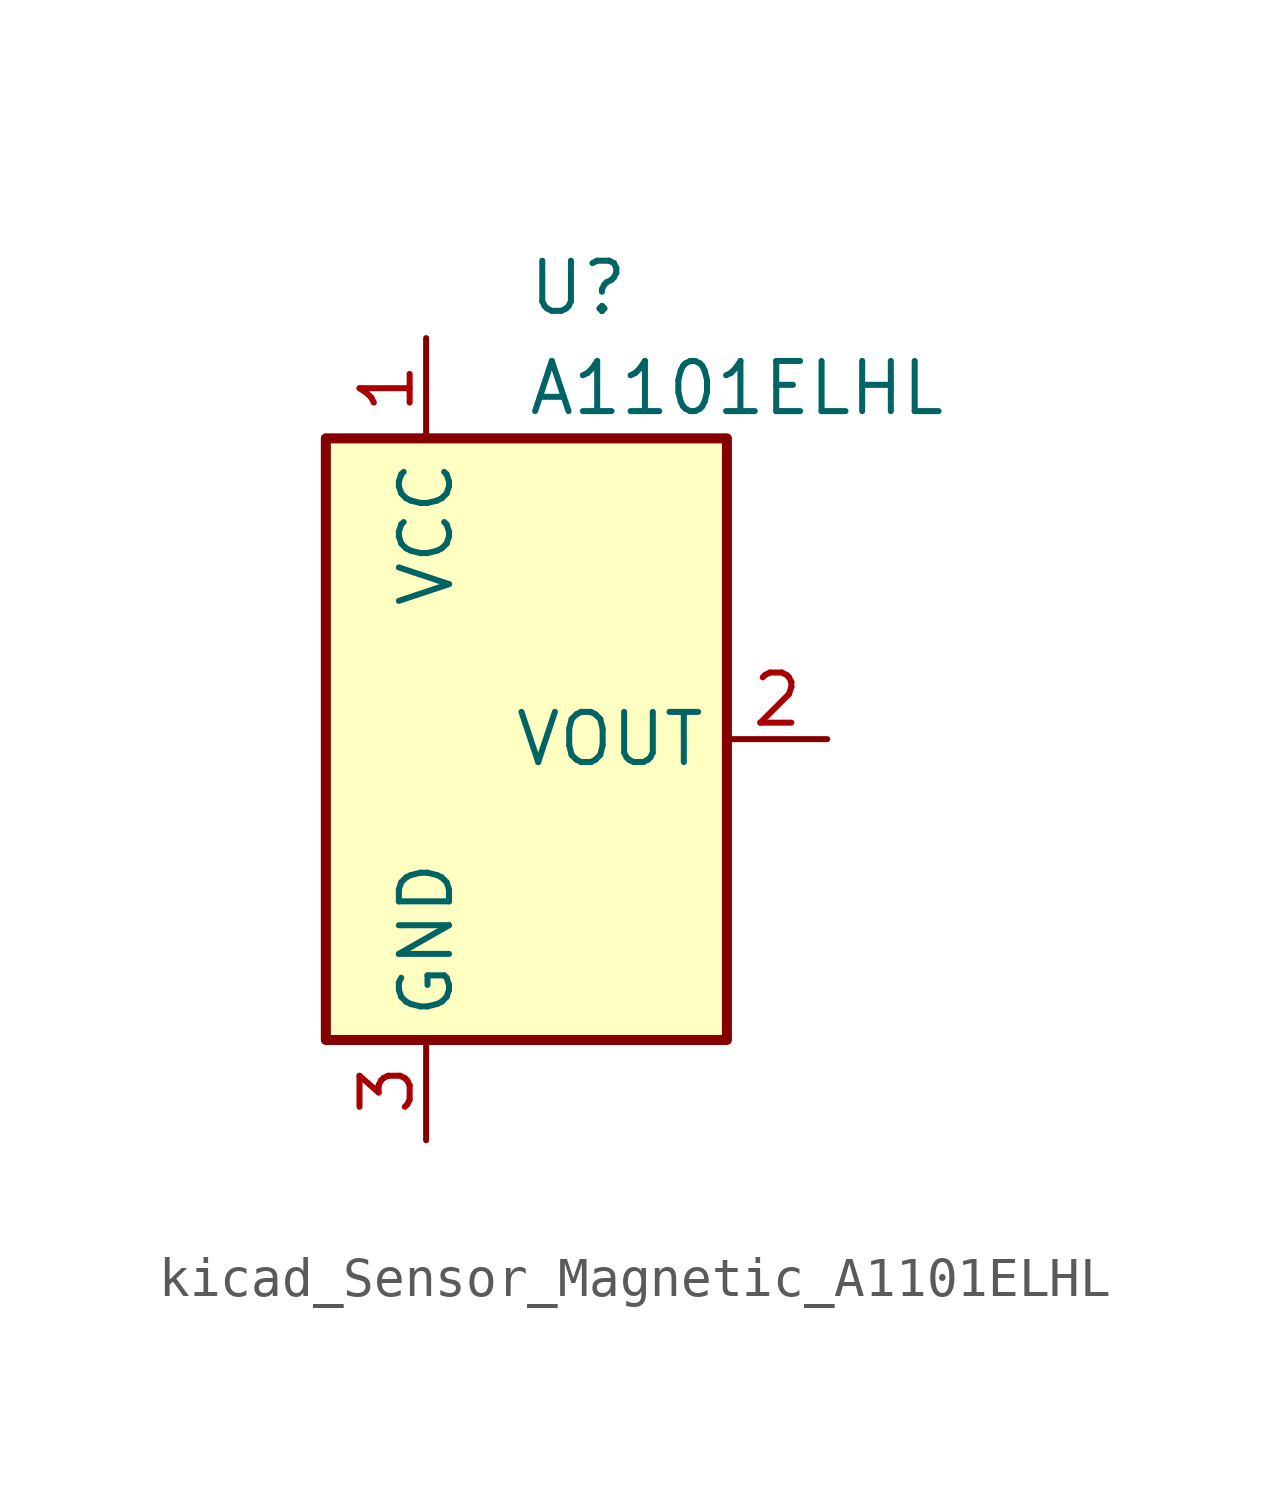
<source format=kicad_sym>
(kicad_symbol_lib
  (version 20220914)
  (generator kicad_symbol_editor)
  (symbol "kicad_Sensor_Magnetic_A1101ELHL"
    (property "Reference" "U"
      (at 0 11.43 0)
      (effects (font (size 1.27 1.27)) (justify left)))
    (property "Value" "A1101ELHL"
      (at 0 8.89 0)
      (effects (font (size 1.27 1.27)) (justify left)))
    (symbol "kicad_Sensor_Magnetic_A1101ELHL_0_1"
      (rectangle (start -5.08 7.62) (end 5.08 -7.62) (stroke (width 0.254) (type default)) (fill (type background))))
    (symbol "kicad_Sensor_Magnetic_A1101ELHL_1_1"
      (pin power_in line (at -2.54 10.16 270) (length 2.54) (name "VCC" (effects (font (size 1.27 1.27)))) (number "1" (effects (font (size 1.27 1.27)))))
      (pin open_collector line (at 7.62 0 180) (length 2.54) (name "VOUT" (effects (font (size 1.27 1.27)))) (number "2" (effects (font (size 1.27 1.27)))))
      (pin power_in line (at -2.54 -10.16 90) (length 2.54) (name "GND" (effects (font (size 1.27 1.27)))) (number "3" (effects (font (size 1.27 1.27))))))))
</source>
